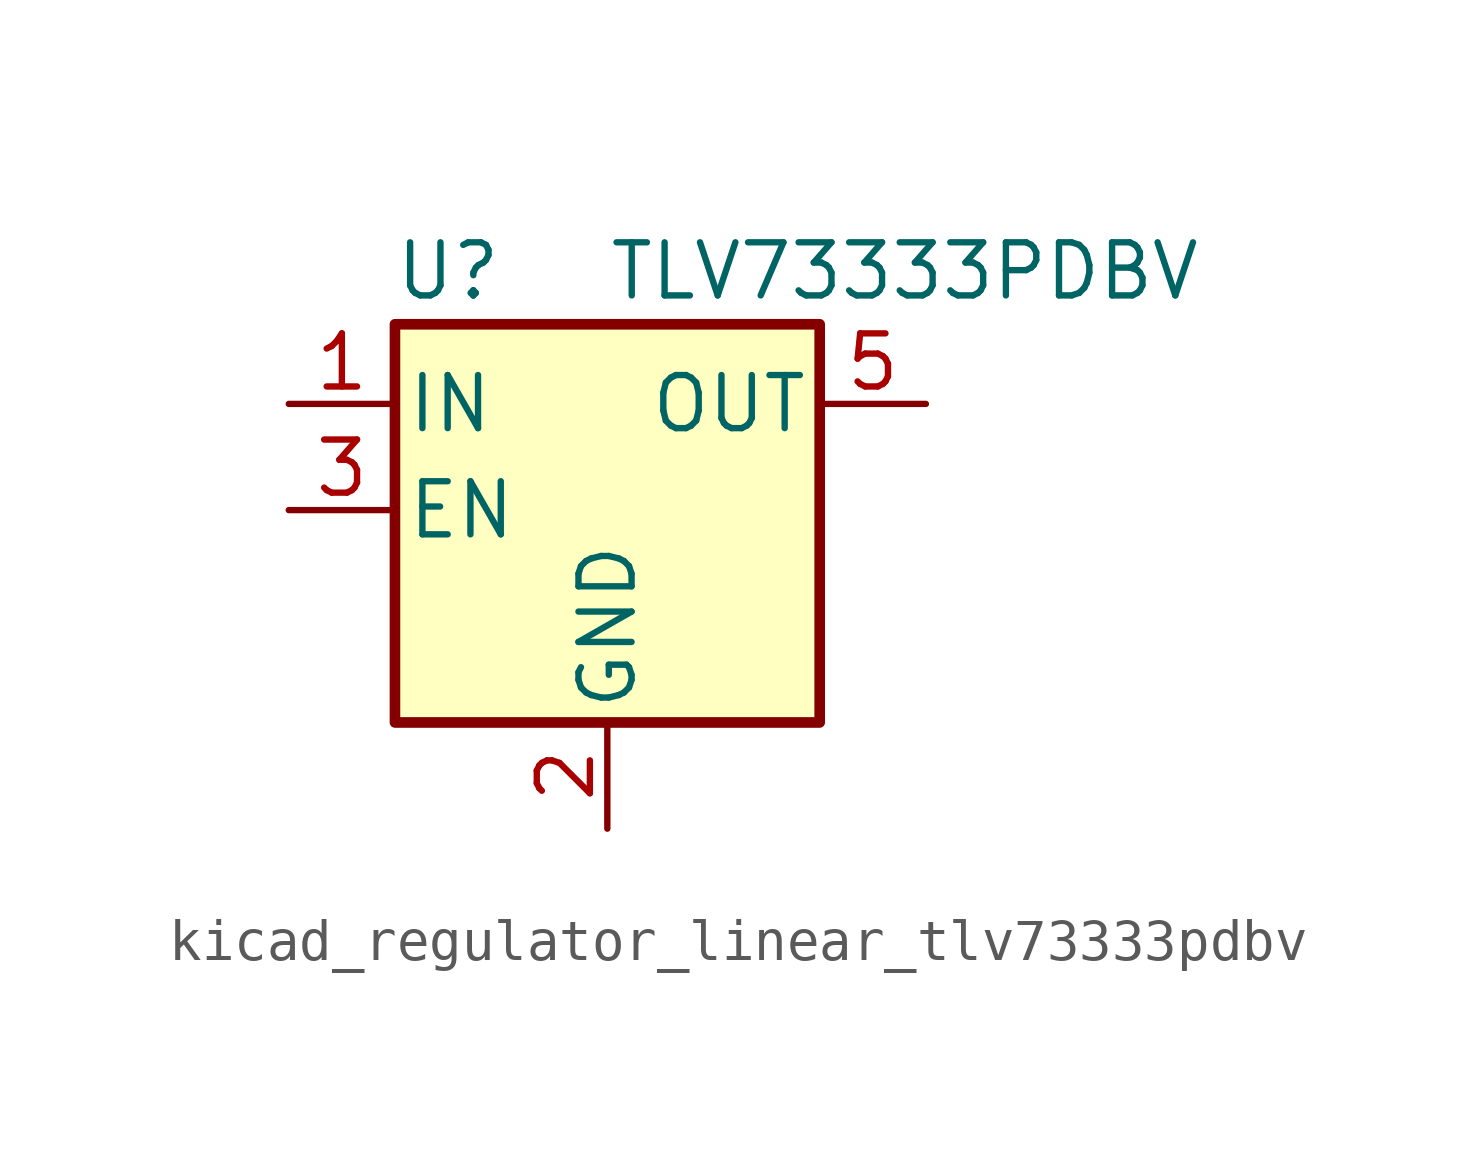
<source format=kicad_sym>
(kicad_symbol_lib
  (version 20220914)
  (generator kicad_symbol_editor)
  (symbol "kicad_regulator_linear_tlv73333pdbv"
    (pin_names
      (offset 0.254))
    (property "Reference" "U"
      (at -3.81 5.715 0)
      (effects (font (size 1.27 1.27))))
    (property "Value" "TLV73333PDBV"
      (at 0 5.715 0)
      (effects (font (size 1.27 1.27)) (justify left)))
    (symbol "kicad_regulator_linear_tlv73333pdbv_0_1"
      (rectangle (start -5.08 4.445) (end 5.08 -5.08) (stroke (width 0.254) (type default)) (fill (type background))))
    (symbol "kicad_regulator_linear_tlv73333pdbv_1_1"
      (pin power_in line (at -7.62 2.54 0) (length 2.54) (name "IN" (effects (font (size 1.27 1.27)))) (number "1" (effects (font (size 1.27 1.27)))))
      (pin power_in line (at 0 -7.62 90) (length 2.54) (name "GND" (effects (font (size 1.27 1.27)))) (number "2" (effects (font (size 1.27 1.27)))))
      (pin input line (at -7.62 0 0) (length 2.54) (name "EN" (effects (font (size 1.27 1.27)))) (number "3" (effects (font (size 1.27 1.27)))))
      (pin no_connect line (at 5.08 0 180) (length 2.54) hide (name "NC" (effects (font (size 1.27 1.27)))) (number "4" (effects (font (size 1.27 1.27)))))
      (pin power_out line (at 7.62 2.54 180) (length 2.54) (name "OUT" (effects (font (size 1.27 1.27)))) (number "5" (effects (font (size 1.27 1.27))))))))
</source>
